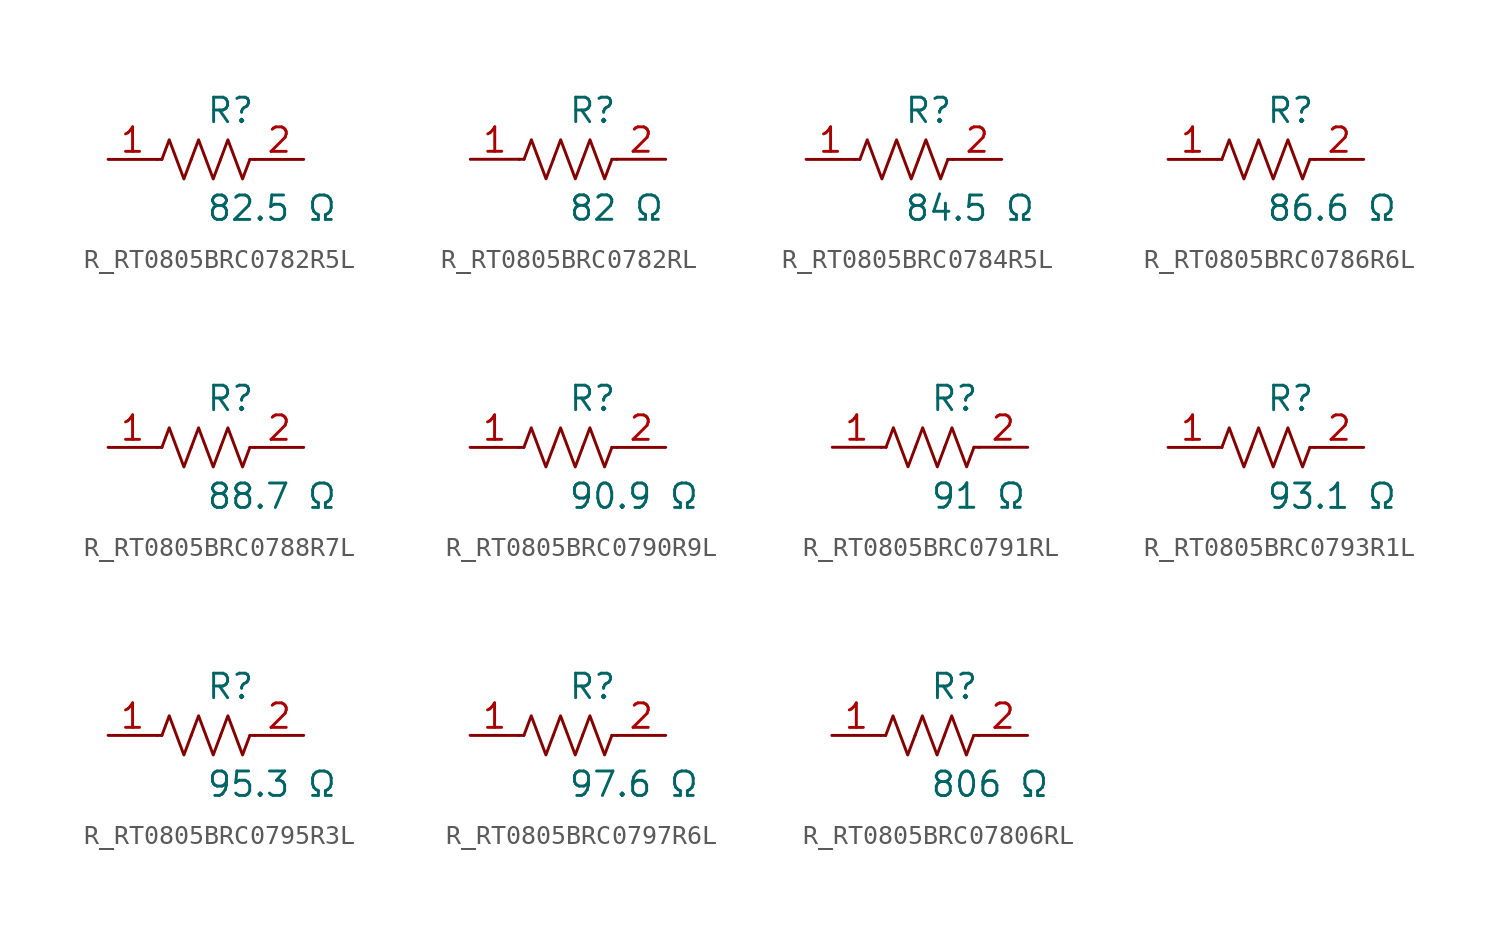
<source format=kicad_sym>
(kicad_symbol_lib
  (version 20231120)
  (generator kicad_symbol_editor)
  (generator_version 8.0)
  (symbol "R_RT0805BRC0782R5L"
    (pin_names
      (offset 0.254))
    (property "Reference" "R"
      (at 0.0 2.54 0)
      (effects (font (size 1.27 1.27)) (justify left)))
    (property "Value" "82.5 Ω"
      (at 0.0 -2.54 0)
      (effects (font (size 1.27 1.27)) (justify left)))
    (symbol "R_RT0805BRC0782R5L_0_1"
      (polyline (pts (xy 2.286 0) (xy 2.54 0)) (stroke (width 0) (type default)) (fill (type none)))
      (polyline (pts (xy -2.286 0) (xy -2.54 0)) (stroke (width 0) (type default)) (fill (type none)))
      (polyline (pts (xy 0.762 0) (xy 1.143 1.016) (xy 1.524 0) (xy 1.905 -1.016) (xy 2.286 0)) (stroke (width 0) (type default)) (fill (type none)))
      (polyline (pts (xy -0.762 0) (xy -0.381 1.016) (xy 0 0) (xy 0.381 -1.016) (xy 0.762 0)) (stroke (width 0) (type default)) (fill (type none)))
      (polyline (pts (xy -2.286 0) (xy -1.905 1.016) (xy -1.524 0) (xy -1.143 -1.016) (xy -0.762 0)) (stroke (width 0) (type default)) (fill (type none))))
    (pin unspecified line
      (at -5.08 0 0)
      (length 2.54)
      (name "" (effects (font (size 1.27 1.27))))
      (number "1" (effects (font (size 1.27 1.27)))))
    (pin unspecified line
      (at 5.08 0 180)
      (length 2.54)
      (name "" (effects (font (size 1.27 1.27))))
      (number "2" (effects (font (size 1.27 1.27))))))
  (symbol "R_RT0805BRC0782RL"
    (pin_names
      (offset 0.254))
    (property "Reference" "R"
      (at 0.0 2.54 0)
      (effects (font (size 1.27 1.27)) (justify left)))
    (property "Value" "82 Ω"
      (at 0.0 -2.54 0)
      (effects (font (size 1.27 1.27)) (justify left)))
    (symbol "R_RT0805BRC0782RL_0_1"
      (polyline (pts (xy 2.286 0) (xy 2.54 0)) (stroke (width 0) (type default)) (fill (type none)))
      (polyline (pts (xy -2.286 0) (xy -2.54 0)) (stroke (width 0) (type default)) (fill (type none)))
      (polyline (pts (xy 0.762 0) (xy 1.143 1.016) (xy 1.524 0) (xy 1.905 -1.016) (xy 2.286 0)) (stroke (width 0) (type default)) (fill (type none)))
      (polyline (pts (xy -0.762 0) (xy -0.381 1.016) (xy 0 0) (xy 0.381 -1.016) (xy 0.762 0)) (stroke (width 0) (type default)) (fill (type none)))
      (polyline (pts (xy -2.286 0) (xy -1.905 1.016) (xy -1.524 0) (xy -1.143 -1.016) (xy -0.762 0)) (stroke (width 0) (type default)) (fill (type none))))
    (pin unspecified line
      (at -5.08 0 0)
      (length 2.54)
      (name "" (effects (font (size 1.27 1.27))))
      (number "1" (effects (font (size 1.27 1.27)))))
    (pin unspecified line
      (at 5.08 0 180)
      (length 2.54)
      (name "" (effects (font (size 1.27 1.27))))
      (number "2" (effects (font (size 1.27 1.27))))))
  (symbol "R_RT0805BRC0784R5L"
    (pin_names
      (offset 0.254))
    (property "Reference" "R"
      (at 0.0 2.54 0)
      (effects (font (size 1.27 1.27)) (justify left)))
    (property "Value" "84.5 Ω"
      (at 0.0 -2.54 0)
      (effects (font (size 1.27 1.27)) (justify left)))
    (symbol "R_RT0805BRC0784R5L_0_1"
      (polyline (pts (xy 2.286 0) (xy 2.54 0)) (stroke (width 0) (type default)) (fill (type none)))
      (polyline (pts (xy -2.286 0) (xy -2.54 0)) (stroke (width 0) (type default)) (fill (type none)))
      (polyline (pts (xy 0.762 0) (xy 1.143 1.016) (xy 1.524 0) (xy 1.905 -1.016) (xy 2.286 0)) (stroke (width 0) (type default)) (fill (type none)))
      (polyline (pts (xy -0.762 0) (xy -0.381 1.016) (xy 0 0) (xy 0.381 -1.016) (xy 0.762 0)) (stroke (width 0) (type default)) (fill (type none)))
      (polyline (pts (xy -2.286 0) (xy -1.905 1.016) (xy -1.524 0) (xy -1.143 -1.016) (xy -0.762 0)) (stroke (width 0) (type default)) (fill (type none))))
    (pin unspecified line
      (at -5.08 0 0)
      (length 2.54)
      (name "" (effects (font (size 1.27 1.27))))
      (number "1" (effects (font (size 1.27 1.27)))))
    (pin unspecified line
      (at 5.08 0 180)
      (length 2.54)
      (name "" (effects (font (size 1.27 1.27))))
      (number "2" (effects (font (size 1.27 1.27))))))
  (symbol "R_RT0805BRC0786R6L"
    (pin_names
      (offset 0.254))
    (property "Reference" "R"
      (at 0.0 2.54 0)
      (effects (font (size 1.27 1.27)) (justify left)))
    (property "Value" "86.6 Ω"
      (at 0.0 -2.54 0)
      (effects (font (size 1.27 1.27)) (justify left)))
    (symbol "R_RT0805BRC0786R6L_0_1"
      (polyline (pts (xy 2.286 0) (xy 2.54 0)) (stroke (width 0) (type default)) (fill (type none)))
      (polyline (pts (xy -2.286 0) (xy -2.54 0)) (stroke (width 0) (type default)) (fill (type none)))
      (polyline (pts (xy 0.762 0) (xy 1.143 1.016) (xy 1.524 0) (xy 1.905 -1.016) (xy 2.286 0)) (stroke (width 0) (type default)) (fill (type none)))
      (polyline (pts (xy -0.762 0) (xy -0.381 1.016) (xy 0 0) (xy 0.381 -1.016) (xy 0.762 0)) (stroke (width 0) (type default)) (fill (type none)))
      (polyline (pts (xy -2.286 0) (xy -1.905 1.016) (xy -1.524 0) (xy -1.143 -1.016) (xy -0.762 0)) (stroke (width 0) (type default)) (fill (type none))))
    (pin unspecified line
      (at -5.08 0 0)
      (length 2.54)
      (name "" (effects (font (size 1.27 1.27))))
      (number "1" (effects (font (size 1.27 1.27)))))
    (pin unspecified line
      (at 5.08 0 180)
      (length 2.54)
      (name "" (effects (font (size 1.27 1.27))))
      (number "2" (effects (font (size 1.27 1.27))))))
  (symbol "R_RT0805BRC0788R7L"
    (pin_names
      (offset 0.254))
    (property "Reference" "R"
      (at 0.0 2.54 0)
      (effects (font (size 1.27 1.27)) (justify left)))
    (property "Value" "88.7 Ω"
      (at 0.0 -2.54 0)
      (effects (font (size 1.27 1.27)) (justify left)))
    (symbol "R_RT0805BRC0788R7L_0_1"
      (polyline (pts (xy 2.286 0) (xy 2.54 0)) (stroke (width 0) (type default)) (fill (type none)))
      (polyline (pts (xy -2.286 0) (xy -2.54 0)) (stroke (width 0) (type default)) (fill (type none)))
      (polyline (pts (xy 0.762 0) (xy 1.143 1.016) (xy 1.524 0) (xy 1.905 -1.016) (xy 2.286 0)) (stroke (width 0) (type default)) (fill (type none)))
      (polyline (pts (xy -0.762 0) (xy -0.381 1.016) (xy 0 0) (xy 0.381 -1.016) (xy 0.762 0)) (stroke (width 0) (type default)) (fill (type none)))
      (polyline (pts (xy -2.286 0) (xy -1.905 1.016) (xy -1.524 0) (xy -1.143 -1.016) (xy -0.762 0)) (stroke (width 0) (type default)) (fill (type none))))
    (pin unspecified line
      (at -5.08 0 0)
      (length 2.54)
      (name "" (effects (font (size 1.27 1.27))))
      (number "1" (effects (font (size 1.27 1.27)))))
    (pin unspecified line
      (at 5.08 0 180)
      (length 2.54)
      (name "" (effects (font (size 1.27 1.27))))
      (number "2" (effects (font (size 1.27 1.27))))))
  (symbol "R_RT0805BRC0790R9L"
    (pin_names
      (offset 0.254))
    (property "Reference" "R"
      (at 0.0 2.54 0)
      (effects (font (size 1.27 1.27)) (justify left)))
    (property "Value" "90.9 Ω"
      (at 0.0 -2.54 0)
      (effects (font (size 1.27 1.27)) (justify left)))
    (symbol "R_RT0805BRC0790R9L_0_1"
      (polyline (pts (xy 2.286 0) (xy 2.54 0)) (stroke (width 0) (type default)) (fill (type none)))
      (polyline (pts (xy -2.286 0) (xy -2.54 0)) (stroke (width 0) (type default)) (fill (type none)))
      (polyline (pts (xy 0.762 0) (xy 1.143 1.016) (xy 1.524 0) (xy 1.905 -1.016) (xy 2.286 0)) (stroke (width 0) (type default)) (fill (type none)))
      (polyline (pts (xy -0.762 0) (xy -0.381 1.016) (xy 0 0) (xy 0.381 -1.016) (xy 0.762 0)) (stroke (width 0) (type default)) (fill (type none)))
      (polyline (pts (xy -2.286 0) (xy -1.905 1.016) (xy -1.524 0) (xy -1.143 -1.016) (xy -0.762 0)) (stroke (width 0) (type default)) (fill (type none))))
    (pin unspecified line
      (at -5.08 0 0)
      (length 2.54)
      (name "" (effects (font (size 1.27 1.27))))
      (number "1" (effects (font (size 1.27 1.27)))))
    (pin unspecified line
      (at 5.08 0 180)
      (length 2.54)
      (name "" (effects (font (size 1.27 1.27))))
      (number "2" (effects (font (size 1.27 1.27))))))
  (symbol "R_RT0805BRC0791RL"
    (pin_names
      (offset 0.254))
    (property "Reference" "R"
      (at 0.0 2.54 0)
      (effects (font (size 1.27 1.27)) (justify left)))
    (property "Value" "91 Ω"
      (at 0.0 -2.54 0)
      (effects (font (size 1.27 1.27)) (justify left)))
    (symbol "R_RT0805BRC0791RL_0_1"
      (polyline (pts (xy 2.286 0) (xy 2.54 0)) (stroke (width 0) (type default)) (fill (type none)))
      (polyline (pts (xy -2.286 0) (xy -2.54 0)) (stroke (width 0) (type default)) (fill (type none)))
      (polyline (pts (xy 0.762 0) (xy 1.143 1.016) (xy 1.524 0) (xy 1.905 -1.016) (xy 2.286 0)) (stroke (width 0) (type default)) (fill (type none)))
      (polyline (pts (xy -0.762 0) (xy -0.381 1.016) (xy 0 0) (xy 0.381 -1.016) (xy 0.762 0)) (stroke (width 0) (type default)) (fill (type none)))
      (polyline (pts (xy -2.286 0) (xy -1.905 1.016) (xy -1.524 0) (xy -1.143 -1.016) (xy -0.762 0)) (stroke (width 0) (type default)) (fill (type none))))
    (pin unspecified line
      (at -5.08 0 0)
      (length 2.54)
      (name "" (effects (font (size 1.27 1.27))))
      (number "1" (effects (font (size 1.27 1.27)))))
    (pin unspecified line
      (at 5.08 0 180)
      (length 2.54)
      (name "" (effects (font (size 1.27 1.27))))
      (number "2" (effects (font (size 1.27 1.27))))))
  (symbol "R_RT0805BRC0793R1L"
    (pin_names
      (offset 0.254))
    (property "Reference" "R"
      (at 0.0 2.54 0)
      (effects (font (size 1.27 1.27)) (justify left)))
    (property "Value" "93.1 Ω"
      (at 0.0 -2.54 0)
      (effects (font (size 1.27 1.27)) (justify left)))
    (symbol "R_RT0805BRC0793R1L_0_1"
      (polyline (pts (xy 2.286 0) (xy 2.54 0)) (stroke (width 0) (type default)) (fill (type none)))
      (polyline (pts (xy -2.286 0) (xy -2.54 0)) (stroke (width 0) (type default)) (fill (type none)))
      (polyline (pts (xy 0.762 0) (xy 1.143 1.016) (xy 1.524 0) (xy 1.905 -1.016) (xy 2.286 0)) (stroke (width 0) (type default)) (fill (type none)))
      (polyline (pts (xy -0.762 0) (xy -0.381 1.016) (xy 0 0) (xy 0.381 -1.016) (xy 0.762 0)) (stroke (width 0) (type default)) (fill (type none)))
      (polyline (pts (xy -2.286 0) (xy -1.905 1.016) (xy -1.524 0) (xy -1.143 -1.016) (xy -0.762 0)) (stroke (width 0) (type default)) (fill (type none))))
    (pin unspecified line
      (at -5.08 0 0)
      (length 2.54)
      (name "" (effects (font (size 1.27 1.27))))
      (number "1" (effects (font (size 1.27 1.27)))))
    (pin unspecified line
      (at 5.08 0 180)
      (length 2.54)
      (name "" (effects (font (size 1.27 1.27))))
      (number "2" (effects (font (size 1.27 1.27))))))
  (symbol "R_RT0805BRC0795R3L"
    (pin_names
      (offset 0.254))
    (property "Reference" "R"
      (at 0.0 2.54 0)
      (effects (font (size 1.27 1.27)) (justify left)))
    (property "Value" "95.3 Ω"
      (at 0.0 -2.54 0)
      (effects (font (size 1.27 1.27)) (justify left)))
    (symbol "R_RT0805BRC0795R3L_0_1"
      (polyline (pts (xy 2.286 0) (xy 2.54 0)) (stroke (width 0) (type default)) (fill (type none)))
      (polyline (pts (xy -2.286 0) (xy -2.54 0)) (stroke (width 0) (type default)) (fill (type none)))
      (polyline (pts (xy 0.762 0) (xy 1.143 1.016) (xy 1.524 0) (xy 1.905 -1.016) (xy 2.286 0)) (stroke (width 0) (type default)) (fill (type none)))
      (polyline (pts (xy -0.762 0) (xy -0.381 1.016) (xy 0 0) (xy 0.381 -1.016) (xy 0.762 0)) (stroke (width 0) (type default)) (fill (type none)))
      (polyline (pts (xy -2.286 0) (xy -1.905 1.016) (xy -1.524 0) (xy -1.143 -1.016) (xy -0.762 0)) (stroke (width 0) (type default)) (fill (type none))))
    (pin unspecified line
      (at -5.08 0 0)
      (length 2.54)
      (name "" (effects (font (size 1.27 1.27))))
      (number "1" (effects (font (size 1.27 1.27)))))
    (pin unspecified line
      (at 5.08 0 180)
      (length 2.54)
      (name "" (effects (font (size 1.27 1.27))))
      (number "2" (effects (font (size 1.27 1.27))))))
  (symbol "R_RT0805BRC0797R6L"
    (pin_names
      (offset 0.254))
    (property "Reference" "R"
      (at 0.0 2.54 0)
      (effects (font (size 1.27 1.27)) (justify left)))
    (property "Value" "97.6 Ω"
      (at 0.0 -2.54 0)
      (effects (font (size 1.27 1.27)) (justify left)))
    (symbol "R_RT0805BRC0797R6L_0_1"
      (polyline (pts (xy 2.286 0) (xy 2.54 0)) (stroke (width 0) (type default)) (fill (type none)))
      (polyline (pts (xy -2.286 0) (xy -2.54 0)) (stroke (width 0) (type default)) (fill (type none)))
      (polyline (pts (xy 0.762 0) (xy 1.143 1.016) (xy 1.524 0) (xy 1.905 -1.016) (xy 2.286 0)) (stroke (width 0) (type default)) (fill (type none)))
      (polyline (pts (xy -0.762 0) (xy -0.381 1.016) (xy 0 0) (xy 0.381 -1.016) (xy 0.762 0)) (stroke (width 0) (type default)) (fill (type none)))
      (polyline (pts (xy -2.286 0) (xy -1.905 1.016) (xy -1.524 0) (xy -1.143 -1.016) (xy -0.762 0)) (stroke (width 0) (type default)) (fill (type none))))
    (pin unspecified line
      (at -5.08 0 0)
      (length 2.54)
      (name "" (effects (font (size 1.27 1.27))))
      (number "1" (effects (font (size 1.27 1.27)))))
    (pin unspecified line
      (at 5.08 0 180)
      (length 2.54)
      (name "" (effects (font (size 1.27 1.27))))
      (number "2" (effects (font (size 1.27 1.27))))))
  (symbol "R_RT0805BRC07806RL"
    (pin_names
      (offset 0.254))
    (property "Reference" "R"
      (at 0.0 2.54 0)
      (effects (font (size 1.27 1.27)) (justify left)))
    (property "Value" "806 Ω"
      (at 0.0 -2.54 0)
      (effects (font (size 1.27 1.27)) (justify left)))
    (symbol "R_RT0805BRC07806RL_0_1"
      (polyline (pts (xy 2.286 0) (xy 2.54 0)) (stroke (width 0) (type default)) (fill (type none)))
      (polyline (pts (xy -2.286 0) (xy -2.54 0)) (stroke (width 0) (type default)) (fill (type none)))
      (polyline (pts (xy 0.762 0) (xy 1.143 1.016) (xy 1.524 0) (xy 1.905 -1.016) (xy 2.286 0)) (stroke (width 0) (type default)) (fill (type none)))
      (polyline (pts (xy -0.762 0) (xy -0.381 1.016) (xy 0 0) (xy 0.381 -1.016) (xy 0.762 0)) (stroke (width 0) (type default)) (fill (type none)))
      (polyline (pts (xy -2.286 0) (xy -1.905 1.016) (xy -1.524 0) (xy -1.143 -1.016) (xy -0.762 0)) (stroke (width 0) (type default)) (fill (type none))))
    (pin unspecified line
      (at -5.08 0 0)
      (length 2.54)
      (name "" (effects (font (size 1.27 1.27))))
      (number "1" (effects (font (size 1.27 1.27)))))
    (pin unspecified line
      (at 5.08 0 180)
      (length 2.54)
      (name "" (effects (font (size 1.27 1.27))))
      (number "2" (effects (font (size 1.27 1.27)))))))
</source>
